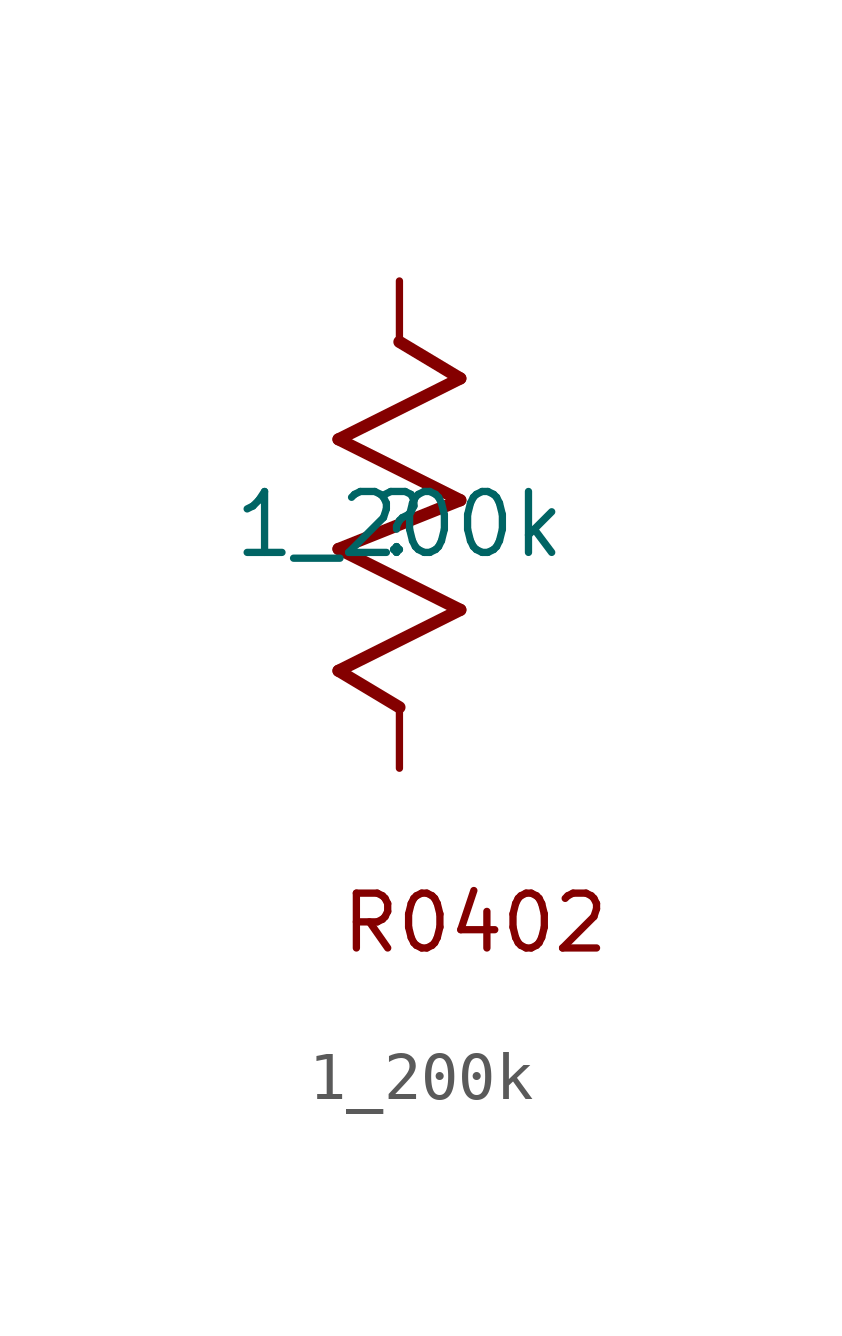
<source format=kicad_sym>
(kicad_symbol_lib
  (version 20211014)
  (generator kicad_symbol_editor)
  (symbol "1_200k"
    (property "Reference" ""
      (at 0 0 0)
      (effects (font (size 1.27 1.27))))
    (property "Value" "1_200k"
      (at 0 0 0)
      (effects (font (size 1.27 1.27))))
    (symbol "1_200k_1_0"
      (polyline (pts (xy -1.27 -3.048) (xy 0 -3.81)) (stroke (width 0.254) (type default) (color 0 0 0 0)) (fill (type none)))
      (polyline (pts (xy -1.27 -0.508) (xy 1.27 -1.778)) (stroke (width 0.254) (type default) (color 0 0 0 0)) (fill (type none)))
      (polyline (pts (xy -1.27 1.778) (xy 1.27 0.508)) (stroke (width 0.254) (type default) (color 0 0 0 0)) (fill (type none)))
      (polyline (pts (xy 0 3.81) (xy 1.27 3.048)) (stroke (width 0.254) (type default) (color 0 0 0 0)) (fill (type none)))
      (polyline (pts (xy 1.27 -1.778) (xy -1.27 -3.048)) (stroke (width 0.254) (type default) (color 0 0 0 0)) (fill (type none)))
      (polyline (pts (xy 1.27 0.508) (xy -1.27 -0.508)) (stroke (width 0.254) (type default) (color 0 0 0 0)) (fill (type none)))
      (polyline (pts (xy 1.27 3.048) (xy -1.27 1.778)) (stroke (width 0.254) (type default) (color 0 0 0 0)) (fill (type none)))
      (text "R0402" (at -1.27 -8.976 0) (effects (font (size 1.143 1.143)) (justify left bottom)))
      (pin passive line (at 0 -5.08 90) (length 1.27) (name "1" (effects (font (size 0 0)))) (number "1" (effects (font (size 0 0)))))
      (pin passive line (at 0 5.08 270) (length 1.27) (name "2" (effects (font (size 0 0)))) (number "2" (effects (font (size 0 0))))))))
</source>
